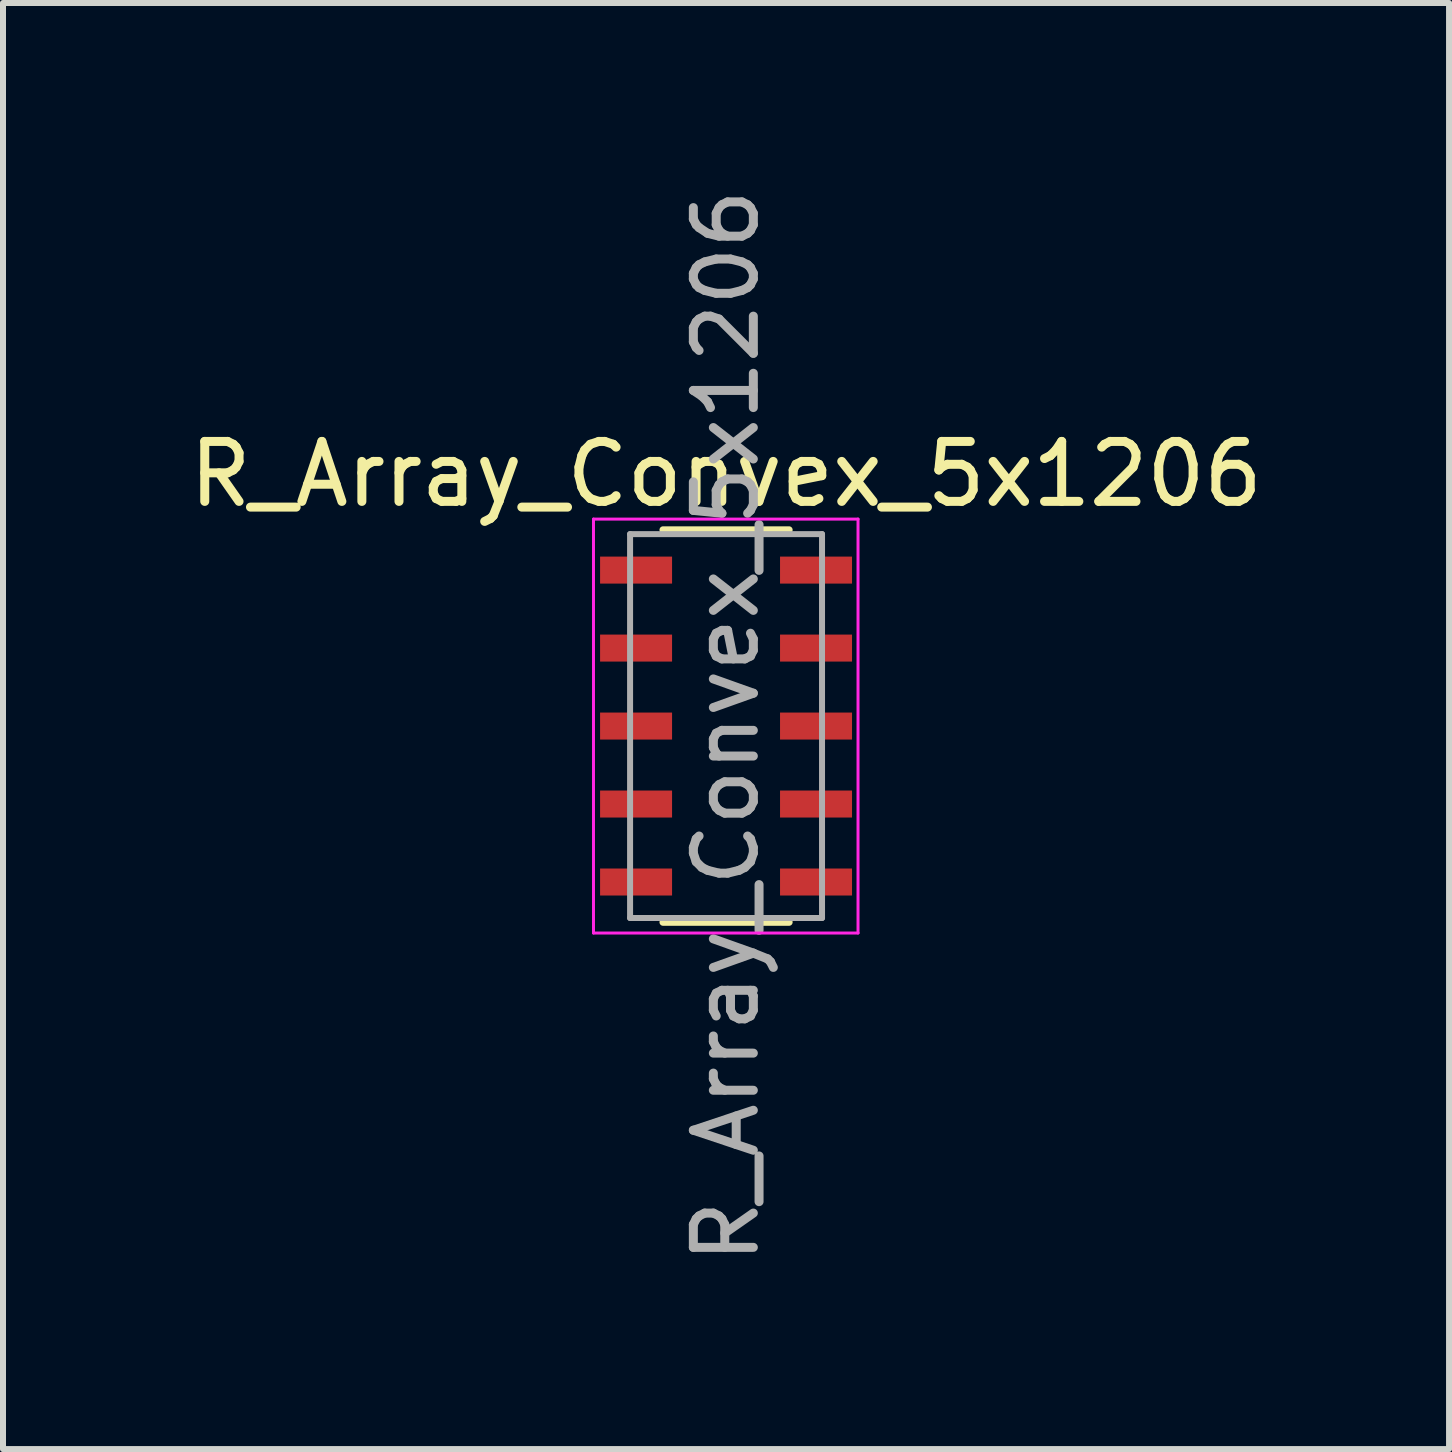
<source format=kicad_pcb>
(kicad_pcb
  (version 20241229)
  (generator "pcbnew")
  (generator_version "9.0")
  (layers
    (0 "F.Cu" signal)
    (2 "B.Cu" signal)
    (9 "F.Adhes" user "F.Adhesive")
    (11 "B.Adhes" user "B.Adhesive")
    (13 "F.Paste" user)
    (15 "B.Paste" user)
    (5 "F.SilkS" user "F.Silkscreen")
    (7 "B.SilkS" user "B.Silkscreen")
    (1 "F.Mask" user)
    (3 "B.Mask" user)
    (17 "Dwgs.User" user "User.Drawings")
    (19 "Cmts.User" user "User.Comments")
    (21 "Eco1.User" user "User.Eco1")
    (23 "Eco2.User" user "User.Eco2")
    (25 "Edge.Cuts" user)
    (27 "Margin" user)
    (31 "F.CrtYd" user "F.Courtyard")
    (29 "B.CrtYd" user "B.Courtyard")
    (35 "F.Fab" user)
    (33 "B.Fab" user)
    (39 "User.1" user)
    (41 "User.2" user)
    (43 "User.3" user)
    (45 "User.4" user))
  (footprint "R_Array_Convex_5x1206"
    (layer "F.Cu")
    (at 9.054 9.054)
    (property "Reference" "R_Array_Convex_5x1206" (at 0 -4.2 0) (layer "F.SilkS") (effects (font (size 1 1) (thickness 0.15))))
    (attr smd)
    (fp_line (start 1.05 -3.27) (end -1.05 -3.27) (stroke (width 0.12) (type solid)) (layer "F.SilkS"))
    (fp_line (start 1.05 3.27) (end -1.05 3.27) (stroke (width 0.12) (type solid)) (layer "F.SilkS"))
    (fp_line (start -2.21 -3.45) (end -2.21 3.45) (stroke (width 0.05) (type solid)) (layer "F.CrtYd"))
    (fp_line (start -2.21 -3.45) (end 2.2 -3.45) (stroke (width 0.05) (type solid)) (layer "F.CrtYd"))
    (fp_line (start 2.2 3.45) (end -2.21 3.45) (stroke (width 0.05) (type solid)) (layer "F.CrtYd"))
    (fp_line (start 2.2 3.45) (end 2.2 -3.45) (stroke (width 0.05) (type solid)) (layer "F.CrtYd"))
    (fp_line (start -1.6 -3.2) (end 1.6 -3.2) (stroke (width 0.1) (type solid)) (layer "F.Fab"))
    (fp_line (start -1.6 3.2) (end -1.6 -3.2) (stroke (width 0.1) (type solid)) (layer "F.Fab"))
    (fp_line (start 1.6 -3.2) (end 1.6 3.2) (stroke (width 0.1) (type solid)) (layer "F.Fab"))
    (fp_line (start 1.6 3.2) (end -1.6 3.2) (stroke (width 0.1) (type solid)) (layer "F.Fab"))
    (fp_text user "${REFERENCE}" (at 0 0 90) (layer "F.Fab") (effects (font (size 1 1) (thickness 0.15))))
    (pad "1" smd rect (at -1.5 -2.6) (size 1.2 0.45) (layers "F.Cu" "F.Mask" "F.Paste"))
    (pad "2" smd rect (at -1.5 -1.3) (size 1.2 0.45) (layers "F.Cu" "F.Mask" "F.Paste"))
    (pad "3" smd rect (at -1.5 0) (size 1.2 0.45) (layers "F.Cu" "F.Mask" "F.Paste"))
    (pad "4" smd rect (at -1.5 1.3) (size 1.2 0.45) (layers "F.Cu" "F.Mask" "F.Paste"))
    (pad "5" smd rect (at -1.5 2.6) (size 1.2 0.45) (layers "F.Cu" "F.Mask" "F.Paste"))
    (pad "6" smd rect (at 1.5 2.6) (size 1.2 0.45) (layers "F.Cu" "F.Mask" "F.Paste"))
    (pad "7" smd rect (at 1.5 1.3) (size 1.2 0.45) (layers "F.Cu" "F.Mask" "F.Paste"))
    (pad "8" smd rect (at 1.5 0) (size 1.2 0.45) (layers "F.Cu" "F.Mask" "F.Paste"))
    (pad "9" smd rect (at 1.5 -1.3) (size 1.2 0.45) (layers "F.Cu" "F.Mask" "F.Paste"))
    (pad "10" smd rect (at 1.5 -2.6) (size 1.2 0.45) (layers "F.Cu" "F.Mask" "F.Paste")))
  (gr_rect
    (start -3 -3)
    (end 21.107 21.107)
    (stroke (width 0.1) (type default))
    (fill no)
    (layer "Edge.Cuts")))
</source>
